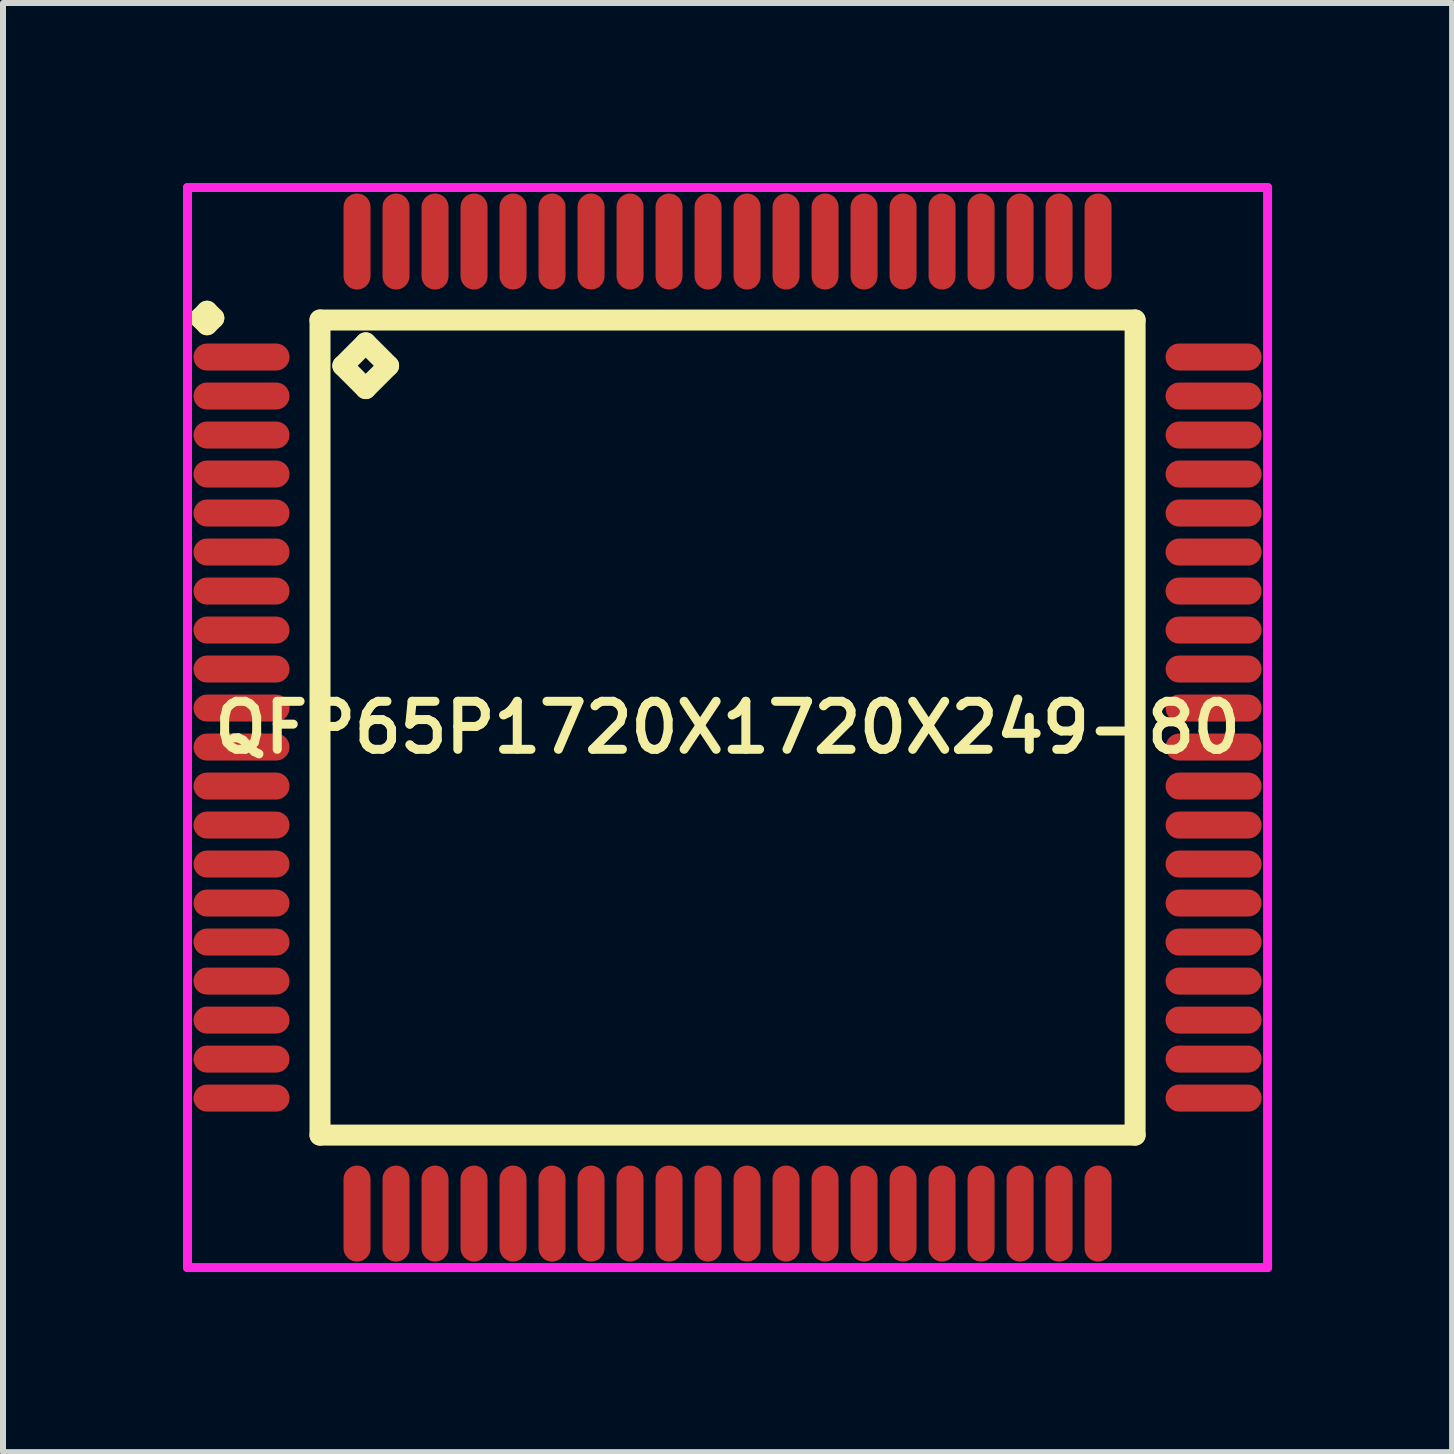
<source format=kicad_pcb>
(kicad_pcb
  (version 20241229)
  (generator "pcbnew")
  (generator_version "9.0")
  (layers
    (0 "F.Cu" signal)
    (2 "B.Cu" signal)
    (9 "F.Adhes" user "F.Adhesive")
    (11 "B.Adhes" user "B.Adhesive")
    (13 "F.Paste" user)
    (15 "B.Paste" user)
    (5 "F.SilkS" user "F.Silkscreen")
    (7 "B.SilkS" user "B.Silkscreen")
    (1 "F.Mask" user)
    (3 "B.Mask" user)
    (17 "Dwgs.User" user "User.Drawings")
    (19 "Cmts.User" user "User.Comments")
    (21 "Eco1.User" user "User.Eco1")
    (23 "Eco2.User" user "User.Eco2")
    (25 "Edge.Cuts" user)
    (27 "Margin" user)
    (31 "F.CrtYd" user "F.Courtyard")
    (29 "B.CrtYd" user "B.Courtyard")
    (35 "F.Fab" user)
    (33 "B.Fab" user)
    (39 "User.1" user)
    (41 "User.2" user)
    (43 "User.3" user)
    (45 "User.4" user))
  (footprint "QFP65P1720X1720X249-80"
    (layer "F.Cu")
    (at 9.075 9.075)
    (property "Reference" "QFP65P1720X1720X249-80" (at 0 0 0) (layer "F.SilkS") (effects (font (size 0.8 0.8) (thickness 0.15))))
    (attr smd)
    (fp_line (start -8.787 -6.825) (end -8.675 -6.938) (stroke (width 0.35) (type solid)) (layer "F.SilkS"))
    (fp_line (start -8.675 -6.938) (end -8.562 -6.825) (stroke (width 0.35) (type solid)) (layer "F.SilkS"))
    (fp_line (start -8.675 -6.713) (end -8.787 -6.825) (stroke (width 0.35) (type solid)) (layer "F.SilkS"))
    (fp_line (start -8.562 -6.825) (end -8.675 -6.713) (stroke (width 0.35) (type solid)) (layer "F.SilkS"))
    (fp_line (start -6.792 -6.792) (end -6.792 6.792) (stroke (width 0.35) (type solid)) (layer "F.SilkS"))
    (fp_line (start -6.792 6.792) (end 6.792 6.792) (stroke (width 0.35) (type solid)) (layer "F.SilkS"))
    (fp_line (start -6.411 -6.03) (end -6.03 -6.411) (stroke (width 0.35) (type solid)) (layer "F.SilkS"))
    (fp_line (start -6.03 -6.411) (end -5.649 -6.03) (stroke (width 0.35) (type solid)) (layer "F.SilkS"))
    (fp_line (start -6.03 -5.649) (end -6.411 -6.03) (stroke (width 0.35) (type solid)) (layer "F.SilkS"))
    (fp_line (start -5.649 -6.03) (end -6.03 -5.649) (stroke (width 0.35) (type solid)) (layer "F.SilkS"))
    (fp_line (start 6.792 -6.792) (end -6.792 -6.792) (stroke (width 0.35) (type solid)) (layer "F.SilkS"))
    (fp_line (start 6.792 6.792) (end 6.792 -6.792) (stroke (width 0.35) (type solid)) (layer "F.SilkS"))
    (fp_line (start -9 -9) (end 9 -9) (stroke (width 0.15) (type solid)) (layer "F.CrtYd"))
    (fp_line (start -9 9) (end -9 -9) (stroke (width 0.15) (type solid)) (layer "F.CrtYd"))
    (fp_line (start 9 -9) (end 9 9) (stroke (width 0.15) (type solid)) (layer "F.CrtYd"))
    (fp_line (start 9 9) (end -9 9) (stroke (width 0.15) (type solid)) (layer "F.CrtYd"))
    (pad "1" smd oval (at -8.1 -6.175) (size 1.6 0.45) (layers "F.Cu" "F.Mask" "F.Paste"))
    (pad "2" smd oval (at -8.1 -5.525) (size 1.6 0.45) (layers "F.Cu" "F.Mask" "F.Paste"))
    (pad "3" smd oval (at -8.1 -4.875) (size 1.6 0.45) (layers "F.Cu" "F.Mask" "F.Paste"))
    (pad "4" smd oval (at -8.1 -4.225) (size 1.6 0.45) (layers "F.Cu" "F.Mask" "F.Paste"))
    (pad "5" smd oval (at -8.1 -3.575) (size 1.6 0.45) (layers "F.Cu" "F.Mask" "F.Paste"))
    (pad "6" smd oval (at -8.1 -2.925) (size 1.6 0.45) (layers "F.Cu" "F.Mask" "F.Paste"))
    (pad "7" smd oval (at -8.1 -2.275) (size 1.6 0.45) (layers "F.Cu" "F.Mask" "F.Paste"))
    (pad "8" smd oval (at -8.1 -1.625) (size 1.6 0.45) (layers "F.Cu" "F.Mask" "F.Paste"))
    (pad "9" smd oval (at -8.1 -0.975) (size 1.6 0.45) (layers "F.Cu" "F.Mask" "F.Paste"))
    (pad "10" smd oval (at -8.1 -0.325) (size 1.6 0.45) (layers "F.Cu" "F.Mask" "F.Paste"))
    (pad "11" smd oval (at -8.1 0.325) (size 1.6 0.45) (layers "F.Cu" "F.Mask" "F.Paste"))
    (pad "12" smd oval (at -8.1 0.975) (size 1.6 0.45) (layers "F.Cu" "F.Mask" "F.Paste"))
    (pad "13" smd oval (at -8.1 1.625) (size 1.6 0.45) (layers "F.Cu" "F.Mask" "F.Paste"))
    (pad "14" smd oval (at -8.1 2.275) (size 1.6 0.45) (layers "F.Cu" "F.Mask" "F.Paste"))
    (pad "15" smd oval (at -8.1 2.925) (size 1.6 0.45) (layers "F.Cu" "F.Mask" "F.Paste"))
    (pad "16" smd oval (at -8.1 3.575) (size 1.6 0.45) (layers "F.Cu" "F.Mask" "F.Paste"))
    (pad "17" smd oval (at -8.1 4.225) (size 1.6 0.45) (layers "F.Cu" "F.Mask" "F.Paste"))
    (pad "18" smd oval (at -8.1 4.875) (size 1.6 0.45) (layers "F.Cu" "F.Mask" "F.Paste"))
    (pad "19" smd oval (at -8.1 5.525) (size 1.6 0.45) (layers "F.Cu" "F.Mask" "F.Paste"))
    (pad "20" smd oval (at -8.1 6.175) (size 1.6 0.45) (layers "F.Cu" "F.Mask" "F.Paste"))
    (pad "21" smd oval (at -6.175 8.1) (size 0.45 1.6) (layers "F.Cu" "F.Mask" "F.Paste"))
    (pad "22" smd oval (at -5.525 8.1) (size 0.45 1.6) (layers "F.Cu" "F.Mask" "F.Paste"))
    (pad "23" smd oval (at -4.875 8.1) (size 0.45 1.6) (layers "F.Cu" "F.Mask" "F.Paste"))
    (pad "24" smd oval (at -4.225 8.1) (size 0.45 1.6) (layers "F.Cu" "F.Mask" "F.Paste"))
    (pad "25" smd oval (at -3.575 8.1) (size 0.45 1.6) (layers "F.Cu" "F.Mask" "F.Paste"))
    (pad "26" smd oval (at -2.925 8.1) (size 0.45 1.6) (layers "F.Cu" "F.Mask" "F.Paste"))
    (pad "27" smd oval (at -2.275 8.1) (size 0.45 1.6) (layers "F.Cu" "F.Mask" "F.Paste"))
    (pad "28" smd oval (at -1.625 8.1) (size 0.45 1.6) (layers "F.Cu" "F.Mask" "F.Paste"))
    (pad "29" smd oval (at -0.975 8.1) (size 0.45 1.6) (layers "F.Cu" "F.Mask" "F.Paste"))
    (pad "30" smd oval (at -0.325 8.1) (size 0.45 1.6) (layers "F.Cu" "F.Mask" "F.Paste"))
    (pad "31" smd oval (at 0.325 8.1) (size 0.45 1.6) (layers "F.Cu" "F.Mask" "F.Paste"))
    (pad "32" smd oval (at 0.975 8.1) (size 0.45 1.6) (layers "F.Cu" "F.Mask" "F.Paste"))
    (pad "33" smd oval (at 1.625 8.1) (size 0.45 1.6) (layers "F.Cu" "F.Mask" "F.Paste"))
    (pad "34" smd oval (at 2.275 8.1) (size 0.45 1.6) (layers "F.Cu" "F.Mask" "F.Paste"))
    (pad "35" smd oval (at 2.925 8.1) (size 0.45 1.6) (layers "F.Cu" "F.Mask" "F.Paste"))
    (pad "36" smd oval (at 3.575 8.1) (size 0.45 1.6) (layers "F.Cu" "F.Mask" "F.Paste"))
    (pad "37" smd oval (at 4.225 8.1) (size 0.45 1.6) (layers "F.Cu" "F.Mask" "F.Paste"))
    (pad "38" smd oval (at 4.875 8.1) (size 0.45 1.6) (layers "F.Cu" "F.Mask" "F.Paste"))
    (pad "39" smd oval (at 5.525 8.1) (size 0.45 1.6) (layers "F.Cu" "F.Mask" "F.Paste"))
    (pad "40" smd oval (at 6.175 8.1) (size 0.45 1.6) (layers "F.Cu" "F.Mask" "F.Paste"))
    (pad "41" smd oval (at 8.1 6.175) (size 1.6 0.45) (layers "F.Cu" "F.Mask" "F.Paste"))
    (pad "42" smd oval (at 8.1 5.525) (size 1.6 0.45) (layers "F.Cu" "F.Mask" "F.Paste"))
    (pad "43" smd oval (at 8.1 4.875) (size 1.6 0.45) (layers "F.Cu" "F.Mask" "F.Paste"))
    (pad "44" smd oval (at 8.1 4.225) (size 1.6 0.45) (layers "F.Cu" "F.Mask" "F.Paste"))
    (pad "45" smd oval (at 8.1 3.575) (size 1.6 0.45) (layers "F.Cu" "F.Mask" "F.Paste"))
    (pad "46" smd oval (at 8.1 2.925) (size 1.6 0.45) (layers "F.Cu" "F.Mask" "F.Paste"))
    (pad "47" smd oval (at 8.1 2.275) (size 1.6 0.45) (layers "F.Cu" "F.Mask" "F.Paste"))
    (pad "48" smd oval (at 8.1 1.625) (size 1.6 0.45) (layers "F.Cu" "F.Mask" "F.Paste"))
    (pad "49" smd oval (at 8.1 0.975) (size 1.6 0.45) (layers "F.Cu" "F.Mask" "F.Paste"))
    (pad "50" smd oval (at 8.1 0.325) (size 1.6 0.45) (layers "F.Cu" "F.Mask" "F.Paste"))
    (pad "51" smd oval (at 8.1 -0.325) (size 1.6 0.45) (layers "F.Cu" "F.Mask" "F.Paste"))
    (pad "52" smd oval (at 8.1 -0.975) (size 1.6 0.45) (layers "F.Cu" "F.Mask" "F.Paste"))
    (pad "53" smd oval (at 8.1 -1.625) (size 1.6 0.45) (layers "F.Cu" "F.Mask" "F.Paste"))
    (pad "54" smd oval (at 8.1 -2.275) (size 1.6 0.45) (layers "F.Cu" "F.Mask" "F.Paste"))
    (pad "55" smd oval (at 8.1 -2.925) (size 1.6 0.45) (layers "F.Cu" "F.Mask" "F.Paste"))
    (pad "56" smd oval (at 8.1 -3.575) (size 1.6 0.45) (layers "F.Cu" "F.Mask" "F.Paste"))
    (pad "57" smd oval (at 8.1 -4.225) (size 1.6 0.45) (layers "F.Cu" "F.Mask" "F.Paste"))
    (pad "58" smd oval (at 8.1 -4.875) (size 1.6 0.45) (layers "F.Cu" "F.Mask" "F.Paste"))
    (pad "59" smd oval (at 8.1 -5.525) (size 1.6 0.45) (layers "F.Cu" "F.Mask" "F.Paste"))
    (pad "60" smd oval (at 8.1 -6.175) (size 1.6 0.45) (layers "F.Cu" "F.Mask" "F.Paste"))
    (pad "61" smd oval (at 6.175 -8.1) (size 0.45 1.6) (layers "F.Cu" "F.Mask" "F.Paste"))
    (pad "62" smd oval (at 5.525 -8.1) (size 0.45 1.6) (layers "F.Cu" "F.Mask" "F.Paste"))
    (pad "63" smd oval (at 4.875 -8.1) (size 0.45 1.6) (layers "F.Cu" "F.Mask" "F.Paste"))
    (pad "64" smd oval (at 4.225 -8.1) (size 0.45 1.6) (layers "F.Cu" "F.Mask" "F.Paste"))
    (pad "65" smd oval (at 3.575 -8.1) (size 0.45 1.6) (layers "F.Cu" "F.Mask" "F.Paste"))
    (pad "66" smd oval (at 2.925 -8.1) (size 0.45 1.6) (layers "F.Cu" "F.Mask" "F.Paste"))
    (pad "67" smd oval (at 2.275 -8.1) (size 0.45 1.6) (layers "F.Cu" "F.Mask" "F.Paste"))
    (pad "68" smd oval (at 1.625 -8.1) (size 0.45 1.6) (layers "F.Cu" "F.Mask" "F.Paste"))
    (pad "69" smd oval (at 0.975 -8.1) (size 0.45 1.6) (layers "F.Cu" "F.Mask" "F.Paste"))
    (pad "70" smd oval (at 0.325 -8.1) (size 0.45 1.6) (layers "F.Cu" "F.Mask" "F.Paste"))
    (pad "71" smd oval (at -0.325 -8.1) (size 0.45 1.6) (layers "F.Cu" "F.Mask" "F.Paste"))
    (pad "72" smd oval (at -0.975 -8.1) (size 0.45 1.6) (layers "F.Cu" "F.Mask" "F.Paste"))
    (pad "73" smd oval (at -1.625 -8.1) (size 0.45 1.6) (layers "F.Cu" "F.Mask" "F.Paste"))
    (pad "74" smd oval (at -2.275 -8.1) (size 0.45 1.6) (layers "F.Cu" "F.Mask" "F.Paste"))
    (pad "75" smd oval (at -2.925 -8.1) (size 0.45 1.6) (layers "F.Cu" "F.Mask" "F.Paste"))
    (pad "76" smd oval (at -3.575 -8.1) (size 0.45 1.6) (layers "F.Cu" "F.Mask" "F.Paste"))
    (pad "77" smd oval (at -4.225 -8.1) (size 0.45 1.6) (layers "F.Cu" "F.Mask" "F.Paste"))
    (pad "78" smd oval (at -4.875 -8.1) (size 0.45 1.6) (layers "F.Cu" "F.Mask" "F.Paste"))
    (pad "79" smd oval (at -5.525 -8.1) (size 0.45 1.6) (layers "F.Cu" "F.Mask" "F.Paste"))
    (pad "80" smd oval (at -6.175 -8.1) (size 0.45 1.6) (layers "F.Cu" "F.Mask" "F.Paste")))
  (gr_rect
    (start -3 -3)
    (end 21.15 21.15)
    (stroke (width 0.1) (type default))
    (fill no)
    (layer "Edge.Cuts")))
</source>
